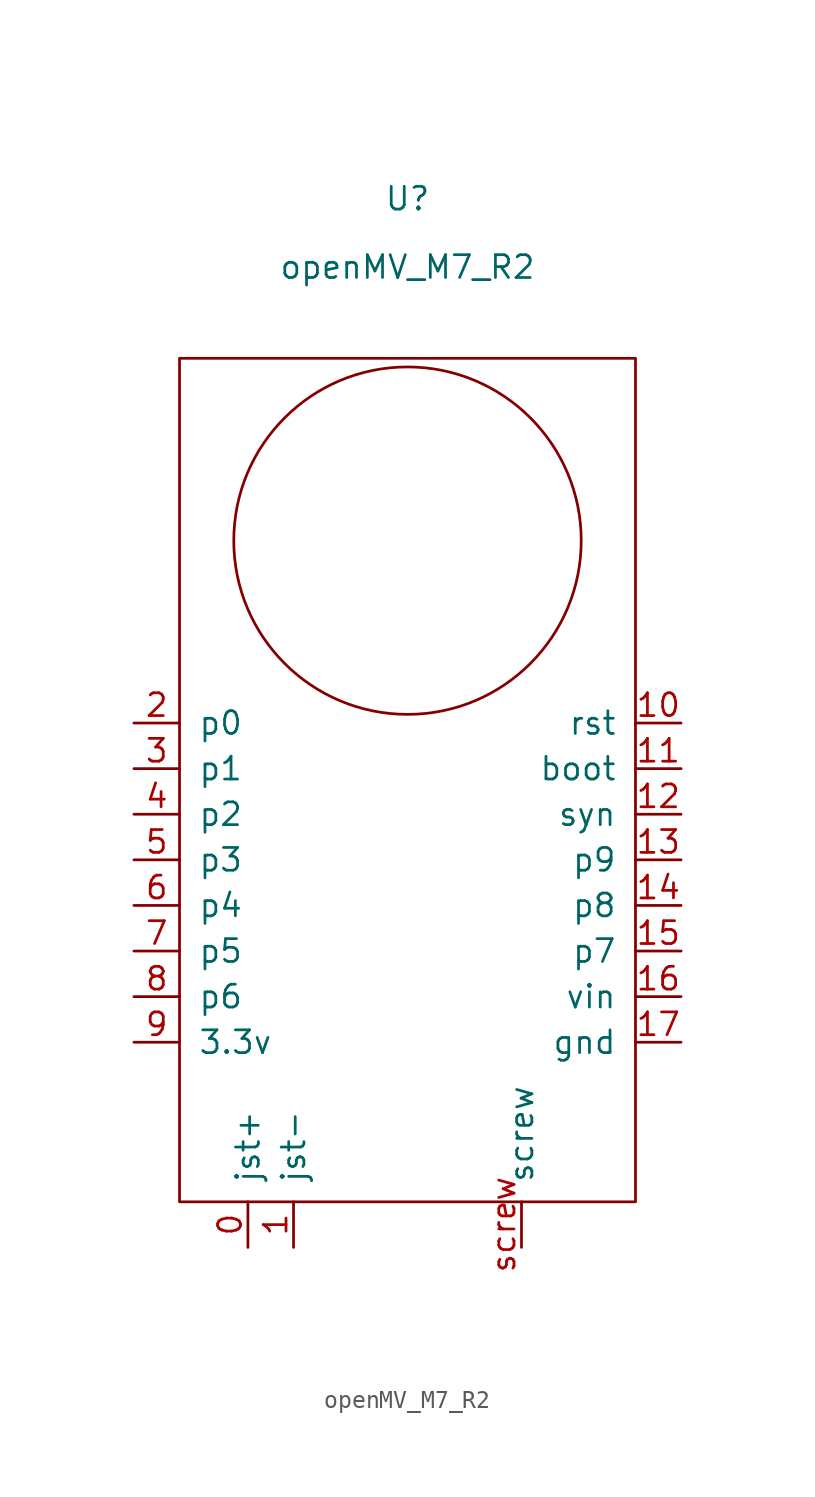
<source format=kicad_sym>
(kicad_symbol_lib
  (version 20231120)
  (generator "kicad_symbol_editor")
  (generator_version "8.0")
  (symbol "openMV_M7_R2"
    (pin_names
      (offset 1.016))
    (property "Reference" "U"
      (at 0 34.29 0)
      (effects (font (size 1.27 1.27))))
    (property "Value" "openMV_M7_R2"
      (at 0 30.48 0)
      (effects (font (size 1.27 1.27))))
    (symbol "openMV_M7_R2_0_1"
      (rectangle (start -12.7 25.4) (end 12.7 -21.59) (stroke (width 0) (type solid)) (fill (type none)))
      (circle (center 0 15.24) (radius 9.677) (stroke (width 0) (type solid)) (fill (type none))))
    (symbol "openMV_M7_R2_1_1"
      (pin power_in line (at -8.89 -24.13 90) (length 2.54) (name "jst+" (effects (font (size 1.27 1.27)))) (number "0" (effects (font (size 1.27 1.27)))))
      (pin power_in line (at -6.35 -24.13 90) (length 2.54) (name "jst-" (effects (font (size 1.27 1.27)))) (number "1" (effects (font (size 1.27 1.27)))))
      (pin input line (at 15.24 5.08 180) (length 2.54) (name "rst" (effects (font (size 1.27 1.27)))) (number "10" (effects (font (size 1.27 1.27)))))
      (pin bidirectional line (at 15.24 2.54 180) (length 2.54) (name "boot" (effects (font (size 1.27 1.27)))) (number "11" (effects (font (size 1.27 1.27)))))
      (pin bidirectional line (at 15.24 0 180) (length 2.54) (name "syn" (effects (font (size 1.27 1.27)))) (number "12" (effects (font (size 1.27 1.27)))))
      (pin bidirectional line (at 15.24 -2.54 180) (length 2.54) (name "p9" (effects (font (size 1.27 1.27)))) (number "13" (effects (font (size 1.27 1.27)))))
      (pin bidirectional line (at 15.24 -5.08 180) (length 2.54) (name "p8" (effects (font (size 1.27 1.27)))) (number "14" (effects (font (size 1.27 1.27)))))
      (pin bidirectional line (at 15.24 -7.62 180) (length 2.54) (name "p7" (effects (font (size 1.27 1.27)))) (number "15" (effects (font (size 1.27 1.27)))))
      (pin bidirectional line (at 15.24 -10.16 180) (length 2.54) (name "vin" (effects (font (size 1.27 1.27)))) (number "16" (effects (font (size 1.27 1.27)))))
      (pin bidirectional line (at 15.24 -12.7 180) (length 2.54) (name "gnd" (effects (font (size 1.27 1.27)))) (number "17" (effects (font (size 1.27 1.27)))))
      (pin bidirectional line (at -15.24 5.08 0) (length 2.54) (name "p0" (effects (font (size 1.27 1.27)))) (number "2" (effects (font (size 1.27 1.27)))))
      (pin bidirectional line (at -15.24 2.54 0) (length 2.54) (name "p1" (effects (font (size 1.27 1.27)))) (number "3" (effects (font (size 1.27 1.27)))))
      (pin bidirectional line (at -15.24 0 0) (length 2.54) (name "p2" (effects (font (size 1.27 1.27)))) (number "4" (effects (font (size 1.27 1.27)))))
      (pin bidirectional line (at -15.24 -2.54 0) (length 2.54) (name "p3" (effects (font (size 1.27 1.27)))) (number "5" (effects (font (size 1.27 1.27)))))
      (pin bidirectional line (at -15.24 -5.08 0) (length 2.54) (name "p4" (effects (font (size 1.27 1.27)))) (number "6" (effects (font (size 1.27 1.27)))))
      (pin bidirectional line (at -15.24 -7.62 0) (length 2.54) (name "p5" (effects (font (size 1.27 1.27)))) (number "7" (effects (font (size 1.27 1.27)))))
      (pin bidirectional line (at -15.24 -10.16 0) (length 2.54) (name "p6" (effects (font (size 1.27 1.27)))) (number "8" (effects (font (size 1.27 1.27)))))
      (pin power_in line (at -15.24 -12.7 0) (length 2.54) (name "3.3v" (effects (font (size 1.27 1.27)))) (number "9" (effects (font (size 1.27 1.27)))))
      (pin passive line (at 6.35 -24.13 90) (length 2.54) (name "screw" (effects (font (size 1.27 1.27)))) (number "screw" (effects (font (size 1.27 1.27))))))))
</source>
